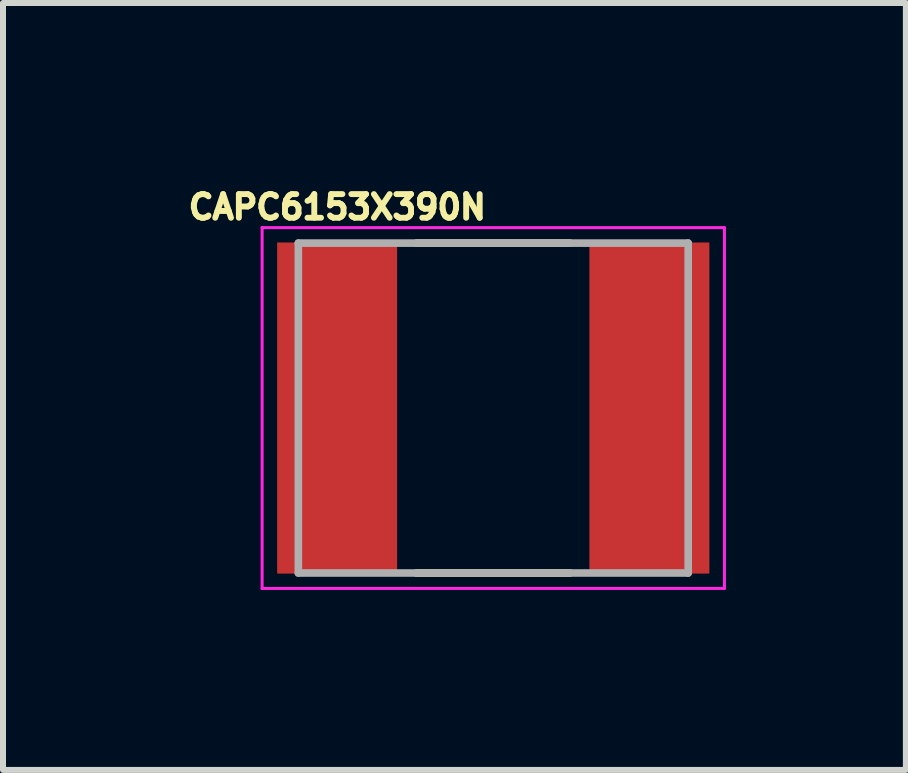
<source format=kicad_pcb>
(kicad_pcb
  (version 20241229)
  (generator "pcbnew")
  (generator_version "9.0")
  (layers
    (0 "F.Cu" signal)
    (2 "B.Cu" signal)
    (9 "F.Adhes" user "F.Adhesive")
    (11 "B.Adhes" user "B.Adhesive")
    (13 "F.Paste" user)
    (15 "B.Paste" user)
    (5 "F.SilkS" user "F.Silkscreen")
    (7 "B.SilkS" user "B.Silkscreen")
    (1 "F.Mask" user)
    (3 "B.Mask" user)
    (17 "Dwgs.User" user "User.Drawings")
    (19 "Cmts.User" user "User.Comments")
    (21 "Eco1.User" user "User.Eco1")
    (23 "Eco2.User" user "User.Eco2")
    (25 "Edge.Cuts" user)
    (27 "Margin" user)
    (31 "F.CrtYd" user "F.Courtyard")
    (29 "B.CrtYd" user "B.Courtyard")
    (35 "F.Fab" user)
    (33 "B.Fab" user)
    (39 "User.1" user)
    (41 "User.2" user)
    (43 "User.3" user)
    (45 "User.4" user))
  (footprint "CAPC6153X390N"
    (layer "F.Cu")
    (at 5.174 3.753)
    (property "Reference" "CAPC6153X390N" (at -2.6 -3.35 0) (layer "F.SilkS") (effects (font (size 0.394 0.394) (thickness 0.15))))
    (attr through_hole)
    (fp_line (start -1.28 -2.75) (end 1.28 -2.75) (stroke (width 0.127) (type solid)) (layer "F.SilkS"))
    (fp_line (start -1.28 2.75) (end 1.28 2.75) (stroke (width 0.127) (type solid)) (layer "F.SilkS"))
    (fp_line (start -3.854 -3.008) (end 3.854 -3.008) (stroke (width 0.05) (type solid)) (layer "F.CrtYd"))
    (fp_line (start -3.854 3.008) (end -3.854 -3.008) (stroke (width 0.05) (type solid)) (layer "F.CrtYd"))
    (fp_line (start -3.854 3.008) (end 3.854 3.008) (stroke (width 0.05) (type solid)) (layer "F.CrtYd"))
    (fp_line (start 3.854 3.008) (end 3.854 -3.008) (stroke (width 0.05) (type solid)) (layer "F.CrtYd"))
    (fp_line (start -3.25 2.75) (end -3.25 -2.75) (stroke (width 0.127) (type solid)) (layer "F.Fab"))
    (fp_line (start 3.25 -2.75) (end -3.25 -2.75) (stroke (width 0.127) (type solid)) (layer "F.Fab"))
    (fp_line (start 3.25 2.75) (end -3.25 2.75) (stroke (width 0.127) (type solid)) (layer "F.Fab"))
    (fp_line (start 3.25 2.75) (end 3.25 -2.75) (stroke (width 0.127) (type solid)) (layer "F.Fab"))
    (pad "1" smd rect (at -2.603 0) (size 2 5.52) (layers "F.Cu" "F.Mask" "F.Paste"))
    (pad "2" smd rect (at 2.603 0) (size 2 5.52) (layers "F.Cu" "F.Mask" "F.Paste")))
  (gr_rect
    (start -3 -3)
    (end 12.053 9.786)
    (stroke (width 0.1) (type default))
    (fill no)
    (layer "Edge.Cuts")))
</source>
